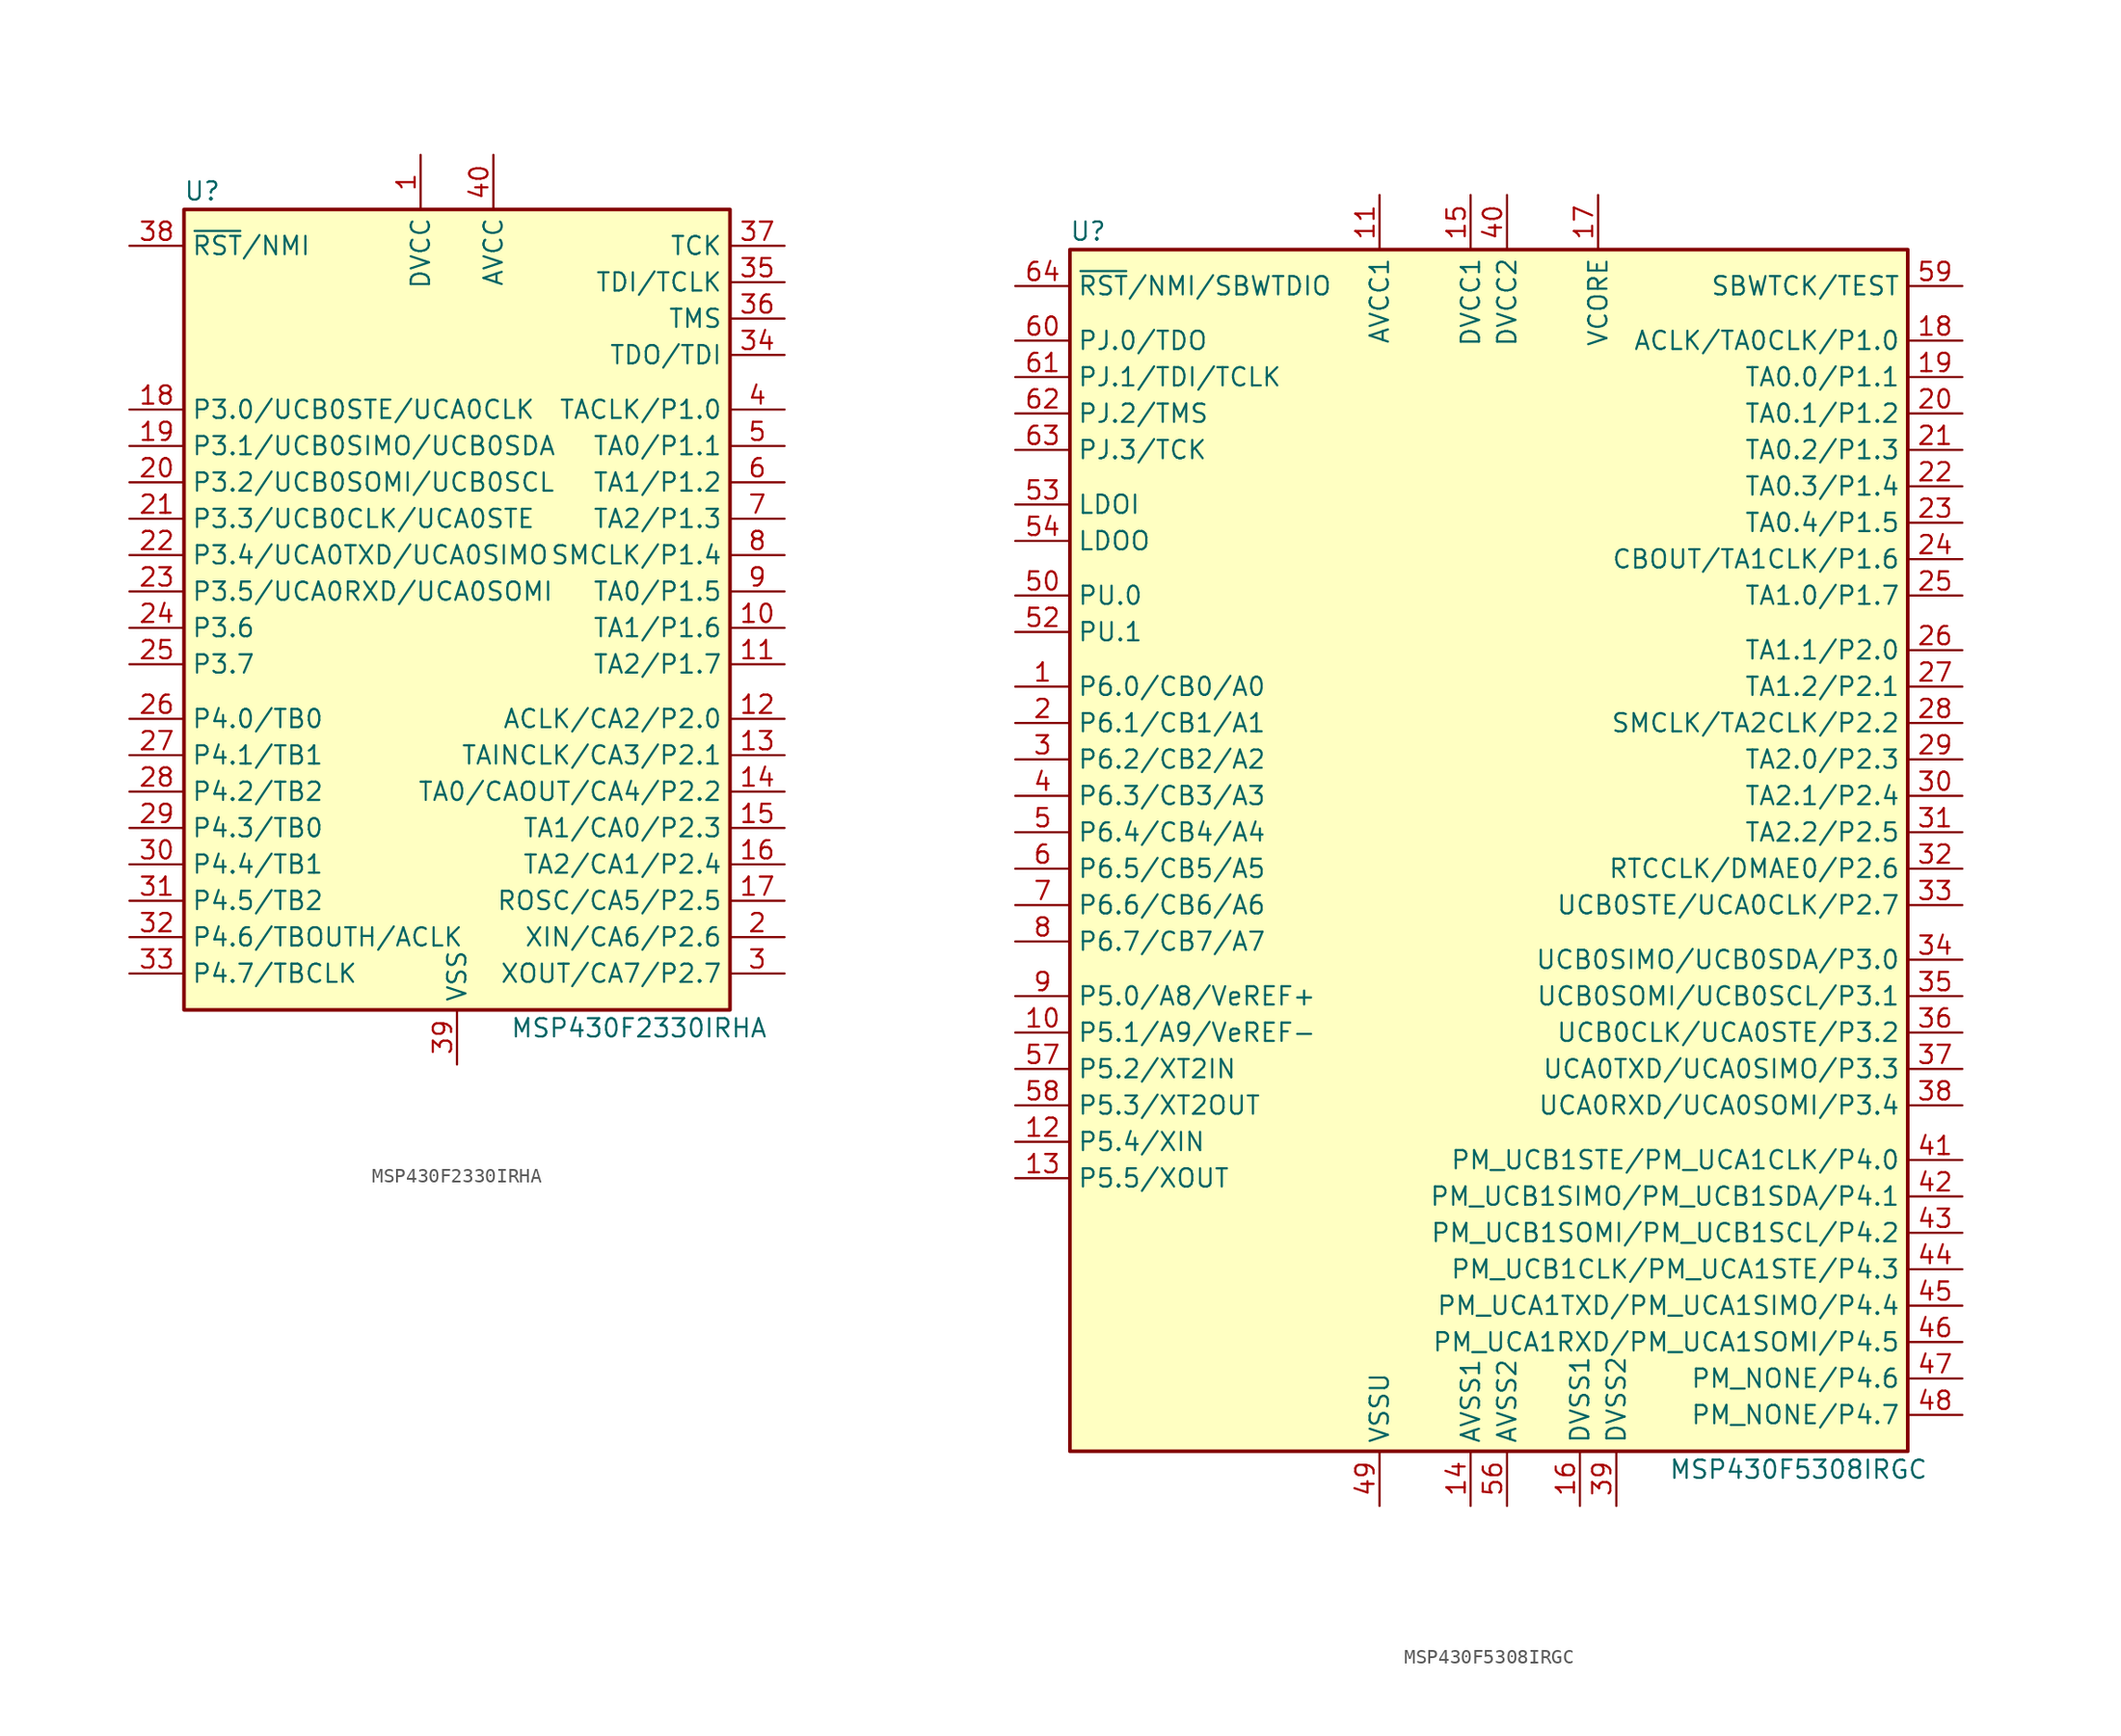
<source format=kicad_sym>
(kicad_symbol_lib
  (version 20231120)
  (generator "kicad_symbol_editor")
  (generator_version "8.0")
  (symbol "MSP430F2330IRHA"
    (property "Reference" "U"
      (at -17.78 29.21 0)
      (effects (font (size 1.27 1.27))))
    (property "Value" "MSP430F2330IRHA"
      (at 12.7 -29.21 0)
      (effects (font (size 1.27 1.27))))
    (symbol "MSP430F2330IRHA_0_1"
      (rectangle (start -19.05 27.94) (end 19.05 -27.94) (stroke (width 0.254) (type default)) (fill (type background))))
    (symbol "MSP430F2330IRHA_1_1"
      (pin power_in line (at -2.54 31.75 270) (length 3.81) (name "DVCC" (effects (font (size 1.27 1.27)))) (number "1" (effects (font (size 1.27 1.27)))))
      (pin bidirectional line (at 22.86 -1.27 180) (length 3.81) (name "TA1/P1.6" (effects (font (size 1.27 1.27)))) (number "10" (effects (font (size 1.27 1.27)))))
      (pin bidirectional line (at 22.86 -3.81 180) (length 3.81) (name "TA2/P1.7" (effects (font (size 1.27 1.27)))) (number "11" (effects (font (size 1.27 1.27)))))
      (pin bidirectional line (at 22.86 -7.62 180) (length 3.81) (name "ACLK/CA2/P2.0" (effects (font (size 1.27 1.27)))) (number "12" (effects (font (size 1.27 1.27)))))
      (pin bidirectional line (at 22.86 -10.16 180) (length 3.81) (name "TAINCLK/CA3/P2.1" (effects (font (size 1.27 1.27)))) (number "13" (effects (font (size 1.27 1.27)))))
      (pin bidirectional line (at 22.86 -12.7 180) (length 3.81) (name "TA0/CAOUT/CA4/P2.2" (effects (font (size 1.27 1.27)))) (number "14" (effects (font (size 1.27 1.27)))))
      (pin bidirectional line (at 22.86 -15.24 180) (length 3.81) (name "TA1/CA0/P2.3" (effects (font (size 1.27 1.27)))) (number "15" (effects (font (size 1.27 1.27)))))
      (pin bidirectional line (at 22.86 -17.78 180) (length 3.81) (name "TA2/CA1/P2.4" (effects (font (size 1.27 1.27)))) (number "16" (effects (font (size 1.27 1.27)))))
      (pin bidirectional line (at 22.86 -20.32 180) (length 3.81) (name "ROSC/CA5/P2.5" (effects (font (size 1.27 1.27)))) (number "17" (effects (font (size 1.27 1.27)))))
      (pin bidirectional line (at -22.86 13.97 0) (length 3.81) (name "P3.0/UCB0STE/UCA0CLK" (effects (font (size 1.27 1.27)))) (number "18" (effects (font (size 1.27 1.27)))))
      (pin bidirectional line (at -22.86 11.43 0) (length 3.81) (name "P3.1/UCB0SIMO/UCB0SDA" (effects (font (size 1.27 1.27)))) (number "19" (effects (font (size 1.27 1.27)))))
      (pin bidirectional line (at 22.86 -22.86 180) (length 3.81) (name "XIN/CA6/P2.6" (effects (font (size 1.27 1.27)))) (number "2" (effects (font (size 1.27 1.27)))))
      (pin bidirectional line (at -22.86 8.89 0) (length 3.81) (name "P3.2/UCB0SOMI/UCB0SCL" (effects (font (size 1.27 1.27)))) (number "20" (effects (font (size 1.27 1.27)))))
      (pin bidirectional line (at -22.86 6.35 0) (length 3.81) (name "P3.3/UCB0CLK/UCA0STE" (effects (font (size 1.27 1.27)))) (number "21" (effects (font (size 1.27 1.27)))))
      (pin bidirectional line (at -22.86 3.81 0) (length 3.81) (name "P3.4/UCA0TXD/UCA0SIMO" (effects (font (size 1.27 1.27)))) (number "22" (effects (font (size 1.27 1.27)))))
      (pin bidirectional line (at -22.86 1.27 0) (length 3.81) (name "P3.5/UCA0RXD/UCA0SOMI" (effects (font (size 1.27 1.27)))) (number "23" (effects (font (size 1.27 1.27)))))
      (pin bidirectional line (at -22.86 -1.27 0) (length 3.81) (name "P3.6" (effects (font (size 1.27 1.27)))) (number "24" (effects (font (size 1.27 1.27)))))
      (pin bidirectional line (at -22.86 -3.81 0) (length 3.81) (name "P3.7" (effects (font (size 1.27 1.27)))) (number "25" (effects (font (size 1.27 1.27)))))
      (pin bidirectional line (at -22.86 -7.62 0) (length 3.81) (name "P4.0/TB0" (effects (font (size 1.27 1.27)))) (number "26" (effects (font (size 1.27 1.27)))))
      (pin bidirectional line (at -22.86 -10.16 0) (length 3.81) (name "P4.1/TB1" (effects (font (size 1.27 1.27)))) (number "27" (effects (font (size 1.27 1.27)))))
      (pin bidirectional line (at -22.86 -12.7 0) (length 3.81) (name "P4.2/TB2" (effects (font (size 1.27 1.27)))) (number "28" (effects (font (size 1.27 1.27)))))
      (pin bidirectional line (at -22.86 -15.24 0) (length 3.81) (name "P4.3/TB0" (effects (font (size 1.27 1.27)))) (number "29" (effects (font (size 1.27 1.27)))))
      (pin bidirectional line (at 22.86 -25.4 180) (length 3.81) (name "XOUT/CA7/P2.7" (effects (font (size 1.27 1.27)))) (number "3" (effects (font (size 1.27 1.27)))))
      (pin bidirectional line (at -22.86 -17.78 0) (length 3.81) (name "P4.4/TB1" (effects (font (size 1.27 1.27)))) (number "30" (effects (font (size 1.27 1.27)))))
      (pin bidirectional line (at -22.86 -20.32 0) (length 3.81) (name "P4.5/TB2" (effects (font (size 1.27 1.27)))) (number "31" (effects (font (size 1.27 1.27)))))
      (pin bidirectional line (at -22.86 -22.86 0) (length 3.81) (name "P4.6/TBOUTH/ACLK" (effects (font (size 1.27 1.27)))) (number "32" (effects (font (size 1.27 1.27)))))
      (pin bidirectional line (at -22.86 -25.4 0) (length 3.81) (name "P4.7/TBCLK" (effects (font (size 1.27 1.27)))) (number "33" (effects (font (size 1.27 1.27)))))
      (pin bidirectional line (at 22.86 17.78 180) (length 3.81) (name "TDO/TDI" (effects (font (size 1.27 1.27)))) (number "34" (effects (font (size 1.27 1.27)))))
      (pin input line (at 22.86 22.86 180) (length 3.81) (name "TDI/TCLK" (effects (font (size 1.27 1.27)))) (number "35" (effects (font (size 1.27 1.27)))))
      (pin input line (at 22.86 20.32 180) (length 3.81) (name "TMS" (effects (font (size 1.27 1.27)))) (number "36" (effects (font (size 1.27 1.27)))))
      (pin input line (at 22.86 25.4 180) (length 3.81) (name "TCK" (effects (font (size 1.27 1.27)))) (number "37" (effects (font (size 1.27 1.27)))))
      (pin input line (at -22.86 25.4 0) (length 3.81) (name "~{RST}/NMI" (effects (font (size 1.27 1.27)))) (number "38" (effects (font (size 1.27 1.27)))))
      (pin power_in line (at 0 -31.75 90) (length 3.81) (name "VSS" (effects (font (size 1.27 1.27)))) (number "39" (effects (font (size 1.27 1.27)))))
      (pin bidirectional line (at 22.86 13.97 180) (length 3.81) (name "TACLK/P1.0" (effects (font (size 1.27 1.27)))) (number "4" (effects (font (size 1.27 1.27)))))
      (pin power_in line (at 2.54 31.75 270) (length 3.81) (name "AVCC" (effects (font (size 1.27 1.27)))) (number "40" (effects (font (size 1.27 1.27)))))
      (pin bidirectional line (at 22.86 11.43 180) (length 3.81) (name "TA0/P1.1" (effects (font (size 1.27 1.27)))) (number "5" (effects (font (size 1.27 1.27)))))
      (pin bidirectional line (at 22.86 8.89 180) (length 3.81) (name "TA1/P1.2" (effects (font (size 1.27 1.27)))) (number "6" (effects (font (size 1.27 1.27)))))
      (pin bidirectional line (at 22.86 6.35 180) (length 3.81) (name "TA2/P1.3" (effects (font (size 1.27 1.27)))) (number "7" (effects (font (size 1.27 1.27)))))
      (pin bidirectional line (at 22.86 3.81 180) (length 3.81) (name "SMCLK/P1.4" (effects (font (size 1.27 1.27)))) (number "8" (effects (font (size 1.27 1.27)))))
      (pin bidirectional line (at 22.86 1.27 180) (length 3.81) (name "TA0/P1.5" (effects (font (size 1.27 1.27)))) (number "9" (effects (font (size 1.27 1.27)))))))
  (symbol "MSP430F5308IRGC"
    (property "Reference" "U"
      (at -27.94 43.18 0)
      (effects (font (size 1.27 1.27))))
    (property "Value" "MSP430F5308IRGC"
      (at 21.59 -43.18 0)
      (effects (font (size 1.27 1.27))))
    (symbol "MSP430F5308IRGC_0_1"
      (rectangle (start -29.21 41.91) (end 29.21 -41.91) (stroke (width 0.254) (type default)) (fill (type background))))
    (symbol "MSP430F5308IRGC_1_1"
      (pin bidirectional line (at -33.02 11.43 0) (length 3.81) (name "P6.0/CB0/A0" (effects (font (size 1.27 1.27)))) (number "1" (effects (font (size 1.27 1.27)))))
      (pin bidirectional line (at -33.02 -12.7 0) (length 3.81) (name "P5.1/A9/VeREF-" (effects (font (size 1.27 1.27)))) (number "10" (effects (font (size 1.27 1.27)))))
      (pin power_in line (at -7.62 45.72 270) (length 3.81) (name "AVCC1" (effects (font (size 1.27 1.27)))) (number "11" (effects (font (size 1.27 1.27)))))
      (pin bidirectional line (at -33.02 -20.32 0) (length 3.81) (name "P5.4/XIN" (effects (font (size 1.27 1.27)))) (number "12" (effects (font (size 1.27 1.27)))))
      (pin bidirectional line (at -33.02 -22.86 0) (length 3.81) (name "P5.5/XOUT" (effects (font (size 1.27 1.27)))) (number "13" (effects (font (size 1.27 1.27)))))
      (pin power_in line (at -1.27 -45.72 90) (length 3.81) (name "AVSS1" (effects (font (size 1.27 1.27)))) (number "14" (effects (font (size 1.27 1.27)))))
      (pin power_in line (at -1.27 45.72 270) (length 3.81) (name "DVCC1" (effects (font (size 1.27 1.27)))) (number "15" (effects (font (size 1.27 1.27)))))
      (pin power_in line (at 6.35 -45.72 90) (length 3.81) (name "DVSS1" (effects (font (size 1.27 1.27)))) (number "16" (effects (font (size 1.27 1.27)))))
      (pin bidirectional line (at 7.62 45.72 270) (length 3.81) (name "VCORE" (effects (font (size 1.27 1.27)))) (number "17" (effects (font (size 1.27 1.27)))))
      (pin bidirectional line (at 33.02 35.56 180) (length 3.81) (name "ACLK/TA0CLK/P1.0" (effects (font (size 1.27 1.27)))) (number "18" (effects (font (size 1.27 1.27)))))
      (pin bidirectional line (at 33.02 33.02 180) (length 3.81) (name "TA0.0/P1.1" (effects (font (size 1.27 1.27)))) (number "19" (effects (font (size 1.27 1.27)))))
      (pin bidirectional line (at -33.02 8.89 0) (length 3.81) (name "P6.1/CB1/A1" (effects (font (size 1.27 1.27)))) (number "2" (effects (font (size 1.27 1.27)))))
      (pin bidirectional line (at 33.02 30.48 180) (length 3.81) (name "TA0.1/P1.2" (effects (font (size 1.27 1.27)))) (number "20" (effects (font (size 1.27 1.27)))))
      (pin bidirectional line (at 33.02 27.94 180) (length 3.81) (name "TA0.2/P1.3" (effects (font (size 1.27 1.27)))) (number "21" (effects (font (size 1.27 1.27)))))
      (pin bidirectional line (at 33.02 25.4 180) (length 3.81) (name "TA0.3/P1.4" (effects (font (size 1.27 1.27)))) (number "22" (effects (font (size 1.27 1.27)))))
      (pin bidirectional line (at 33.02 22.86 180) (length 3.81) (name "TA0.4/P1.5" (effects (font (size 1.27 1.27)))) (number "23" (effects (font (size 1.27 1.27)))))
      (pin bidirectional line (at 33.02 20.32 180) (length 3.81) (name "CBOUT/TA1CLK/P1.6" (effects (font (size 1.27 1.27)))) (number "24" (effects (font (size 1.27 1.27)))))
      (pin bidirectional line (at 33.02 17.78 180) (length 3.81) (name "TA1.0/P1.7" (effects (font (size 1.27 1.27)))) (number "25" (effects (font (size 1.27 1.27)))))
      (pin bidirectional line (at 33.02 13.97 180) (length 3.81) (name "TA1.1/P2.0" (effects (font (size 1.27 1.27)))) (number "26" (effects (font (size 1.27 1.27)))))
      (pin bidirectional line (at 33.02 11.43 180) (length 3.81) (name "TA1.2/P2.1" (effects (font (size 1.27 1.27)))) (number "27" (effects (font (size 1.27 1.27)))))
      (pin bidirectional line (at 33.02 8.89 180) (length 3.81) (name "SMCLK/TA2CLK/P2.2" (effects (font (size 1.27 1.27)))) (number "28" (effects (font (size 1.27 1.27)))))
      (pin bidirectional line (at 33.02 6.35 180) (length 3.81) (name "TA2.0/P2.3" (effects (font (size 1.27 1.27)))) (number "29" (effects (font (size 1.27 1.27)))))
      (pin bidirectional line (at -33.02 6.35 0) (length 3.81) (name "P6.2/CB2/A2" (effects (font (size 1.27 1.27)))) (number "3" (effects (font (size 1.27 1.27)))))
      (pin bidirectional line (at 33.02 3.81 180) (length 3.81) (name "TA2.1/P2.4" (effects (font (size 1.27 1.27)))) (number "30" (effects (font (size 1.27 1.27)))))
      (pin bidirectional line (at 33.02 1.27 180) (length 3.81) (name "TA2.2/P2.5" (effects (font (size 1.27 1.27)))) (number "31" (effects (font (size 1.27 1.27)))))
      (pin bidirectional line (at 33.02 -1.27 180) (length 3.81) (name "RTCCLK/DMAE0/P2.6" (effects (font (size 1.27 1.27)))) (number "32" (effects (font (size 1.27 1.27)))))
      (pin bidirectional line (at 33.02 -3.81 180) (length 3.81) (name "UCB0STE/UCA0CLK/P2.7" (effects (font (size 1.27 1.27)))) (number "33" (effects (font (size 1.27 1.27)))))
      (pin bidirectional line (at 33.02 -7.62 180) (length 3.81) (name "UCB0SIMO/UCB0SDA/P3.0" (effects (font (size 1.27 1.27)))) (number "34" (effects (font (size 1.27 1.27)))))
      (pin bidirectional line (at 33.02 -10.16 180) (length 3.81) (name "UCB0SOMI/UCB0SCL/P3.1" (effects (font (size 1.27 1.27)))) (number "35" (effects (font (size 1.27 1.27)))))
      (pin bidirectional line (at 33.02 -12.7 180) (length 3.81) (name "UCB0CLK/UCA0STE/P3.2" (effects (font (size 1.27 1.27)))) (number "36" (effects (font (size 1.27 1.27)))))
      (pin bidirectional line (at 33.02 -15.24 180) (length 3.81) (name "UCA0TXD/UCA0SIMO/P3.3" (effects (font (size 1.27 1.27)))) (number "37" (effects (font (size 1.27 1.27)))))
      (pin bidirectional line (at 33.02 -17.78 180) (length 3.81) (name "UCA0RXD/UCA0SOMI/P3.4" (effects (font (size 1.27 1.27)))) (number "38" (effects (font (size 1.27 1.27)))))
      (pin power_in line (at 8.89 -45.72 90) (length 3.81) (name "DVSS2" (effects (font (size 1.27 1.27)))) (number "39" (effects (font (size 1.27 1.27)))))
      (pin bidirectional line (at -33.02 3.81 0) (length 3.81) (name "P6.3/CB3/A3" (effects (font (size 1.27 1.27)))) (number "4" (effects (font (size 1.27 1.27)))))
      (pin power_in line (at 1.27 45.72 270) (length 3.81) (name "DVCC2" (effects (font (size 1.27 1.27)))) (number "40" (effects (font (size 1.27 1.27)))))
      (pin bidirectional line (at 33.02 -21.59 180) (length 3.81) (name "PM_UCB1STE/PM_UCA1CLK/P4.0" (effects (font (size 1.27 1.27)))) (number "41" (effects (font (size 1.27 1.27)))))
      (pin bidirectional line (at 33.02 -24.13 180) (length 3.81) (name "PM_UCB1SIMO/PM_UCB1SDA/P4.1" (effects (font (size 1.27 1.27)))) (number "42" (effects (font (size 1.27 1.27)))))
      (pin bidirectional line (at 33.02 -26.67 180) (length 3.81) (name "PM_UCB1SOMI/PM_UCB1SCL/P4.2" (effects (font (size 1.27 1.27)))) (number "43" (effects (font (size 1.27 1.27)))))
      (pin bidirectional line (at 33.02 -29.21 180) (length 3.81) (name "PM_UCB1CLK/PM_UCA1STE/P4.3" (effects (font (size 1.27 1.27)))) (number "44" (effects (font (size 1.27 1.27)))))
      (pin bidirectional line (at 33.02 -31.75 180) (length 3.81) (name "PM_UCA1TXD/PM_UCA1SIMO/P4.4" (effects (font (size 1.27 1.27)))) (number "45" (effects (font (size 1.27 1.27)))))
      (pin bidirectional line (at 33.02 -34.29 180) (length 3.81) (name "PM_UCA1RXD/PM_UCA1SOMI/P4.5" (effects (font (size 1.27 1.27)))) (number "46" (effects (font (size 1.27 1.27)))))
      (pin bidirectional line (at 33.02 -36.83 180) (length 3.81) (name "PM_NONE/P4.6" (effects (font (size 1.27 1.27)))) (number "47" (effects (font (size 1.27 1.27)))))
      (pin bidirectional line (at 33.02 -39.37 180) (length 3.81) (name "PM_NONE/P4.7" (effects (font (size 1.27 1.27)))) (number "48" (effects (font (size 1.27 1.27)))))
      (pin power_in line (at -7.62 -45.72 90) (length 3.81) (name "VSSU" (effects (font (size 1.27 1.27)))) (number "49" (effects (font (size 1.27 1.27)))))
      (pin bidirectional line (at -33.02 1.27 0) (length 3.81) (name "P6.4/CB4/A4" (effects (font (size 1.27 1.27)))) (number "5" (effects (font (size 1.27 1.27)))))
      (pin bidirectional line (at -33.02 17.78 0) (length 3.81) (name "PU.0" (effects (font (size 1.27 1.27)))) (number "50" (effects (font (size 1.27 1.27)))))
      (pin bidirectional line (at -33.02 15.24 0) (length 3.81) (name "PU.1" (effects (font (size 1.27 1.27)))) (number "52" (effects (font (size 1.27 1.27)))))
      (pin power_in line (at -33.02 24.13 0) (length 3.81) (name "LDOI" (effects (font (size 1.27 1.27)))) (number "53" (effects (font (size 1.27 1.27)))))
      (pin power_out line (at -33.02 21.59 0) (length 3.81) (name "LDOO" (effects (font (size 1.27 1.27)))) (number "54" (effects (font (size 1.27 1.27)))))
      (pin power_in line (at 1.27 -45.72 90) (length 3.81) (name "AVSS2" (effects (font (size 1.27 1.27)))) (number "56" (effects (font (size 1.27 1.27)))))
      (pin bidirectional line (at -33.02 -15.24 0) (length 3.81) (name "P5.2/XT2IN" (effects (font (size 1.27 1.27)))) (number "57" (effects (font (size 1.27 1.27)))))
      (pin bidirectional line (at -33.02 -17.78 0) (length 3.81) (name "P5.3/XT2OUT" (effects (font (size 1.27 1.27)))) (number "58" (effects (font (size 1.27 1.27)))))
      (pin input line (at 33.02 39.37 180) (length 3.81) (name "SBWTCK/TEST" (effects (font (size 1.27 1.27)))) (number "59" (effects (font (size 1.27 1.27)))))
      (pin bidirectional line (at -33.02 -1.27 0) (length 3.81) (name "P6.5/CB5/A5" (effects (font (size 1.27 1.27)))) (number "6" (effects (font (size 1.27 1.27)))))
      (pin bidirectional line (at -33.02 35.56 0) (length 3.81) (name "PJ.0/TDO" (effects (font (size 1.27 1.27)))) (number "60" (effects (font (size 1.27 1.27)))))
      (pin bidirectional line (at -33.02 33.02 0) (length 3.81) (name "PJ.1/TDI/TCLK" (effects (font (size 1.27 1.27)))) (number "61" (effects (font (size 1.27 1.27)))))
      (pin bidirectional line (at -33.02 30.48 0) (length 3.81) (name "PJ.2/TMS" (effects (font (size 1.27 1.27)))) (number "62" (effects (font (size 1.27 1.27)))))
      (pin bidirectional line (at -33.02 27.94 0) (length 3.81) (name "PJ.3/TCK" (effects (font (size 1.27 1.27)))) (number "63" (effects (font (size 1.27 1.27)))))
      (pin input line (at -33.02 39.37 0) (length 3.81) (name "~{RST}/NMI/SBWTDIO" (effects (font (size 1.27 1.27)))) (number "64" (effects (font (size 1.27 1.27)))))
      (pin bidirectional line (at -33.02 -3.81 0) (length 3.81) (name "P6.6/CB6/A6" (effects (font (size 1.27 1.27)))) (number "7" (effects (font (size 1.27 1.27)))))
      (pin bidirectional line (at -33.02 -6.35 0) (length 3.81) (name "P6.7/CB7/A7" (effects (font (size 1.27 1.27)))) (number "8" (effects (font (size 1.27 1.27)))))
      (pin bidirectional line (at -33.02 -10.16 0) (length 3.81) (name "P5.0/A8/VeREF+" (effects (font (size 1.27 1.27)))) (number "9" (effects (font (size 1.27 1.27))))))))
</source>
